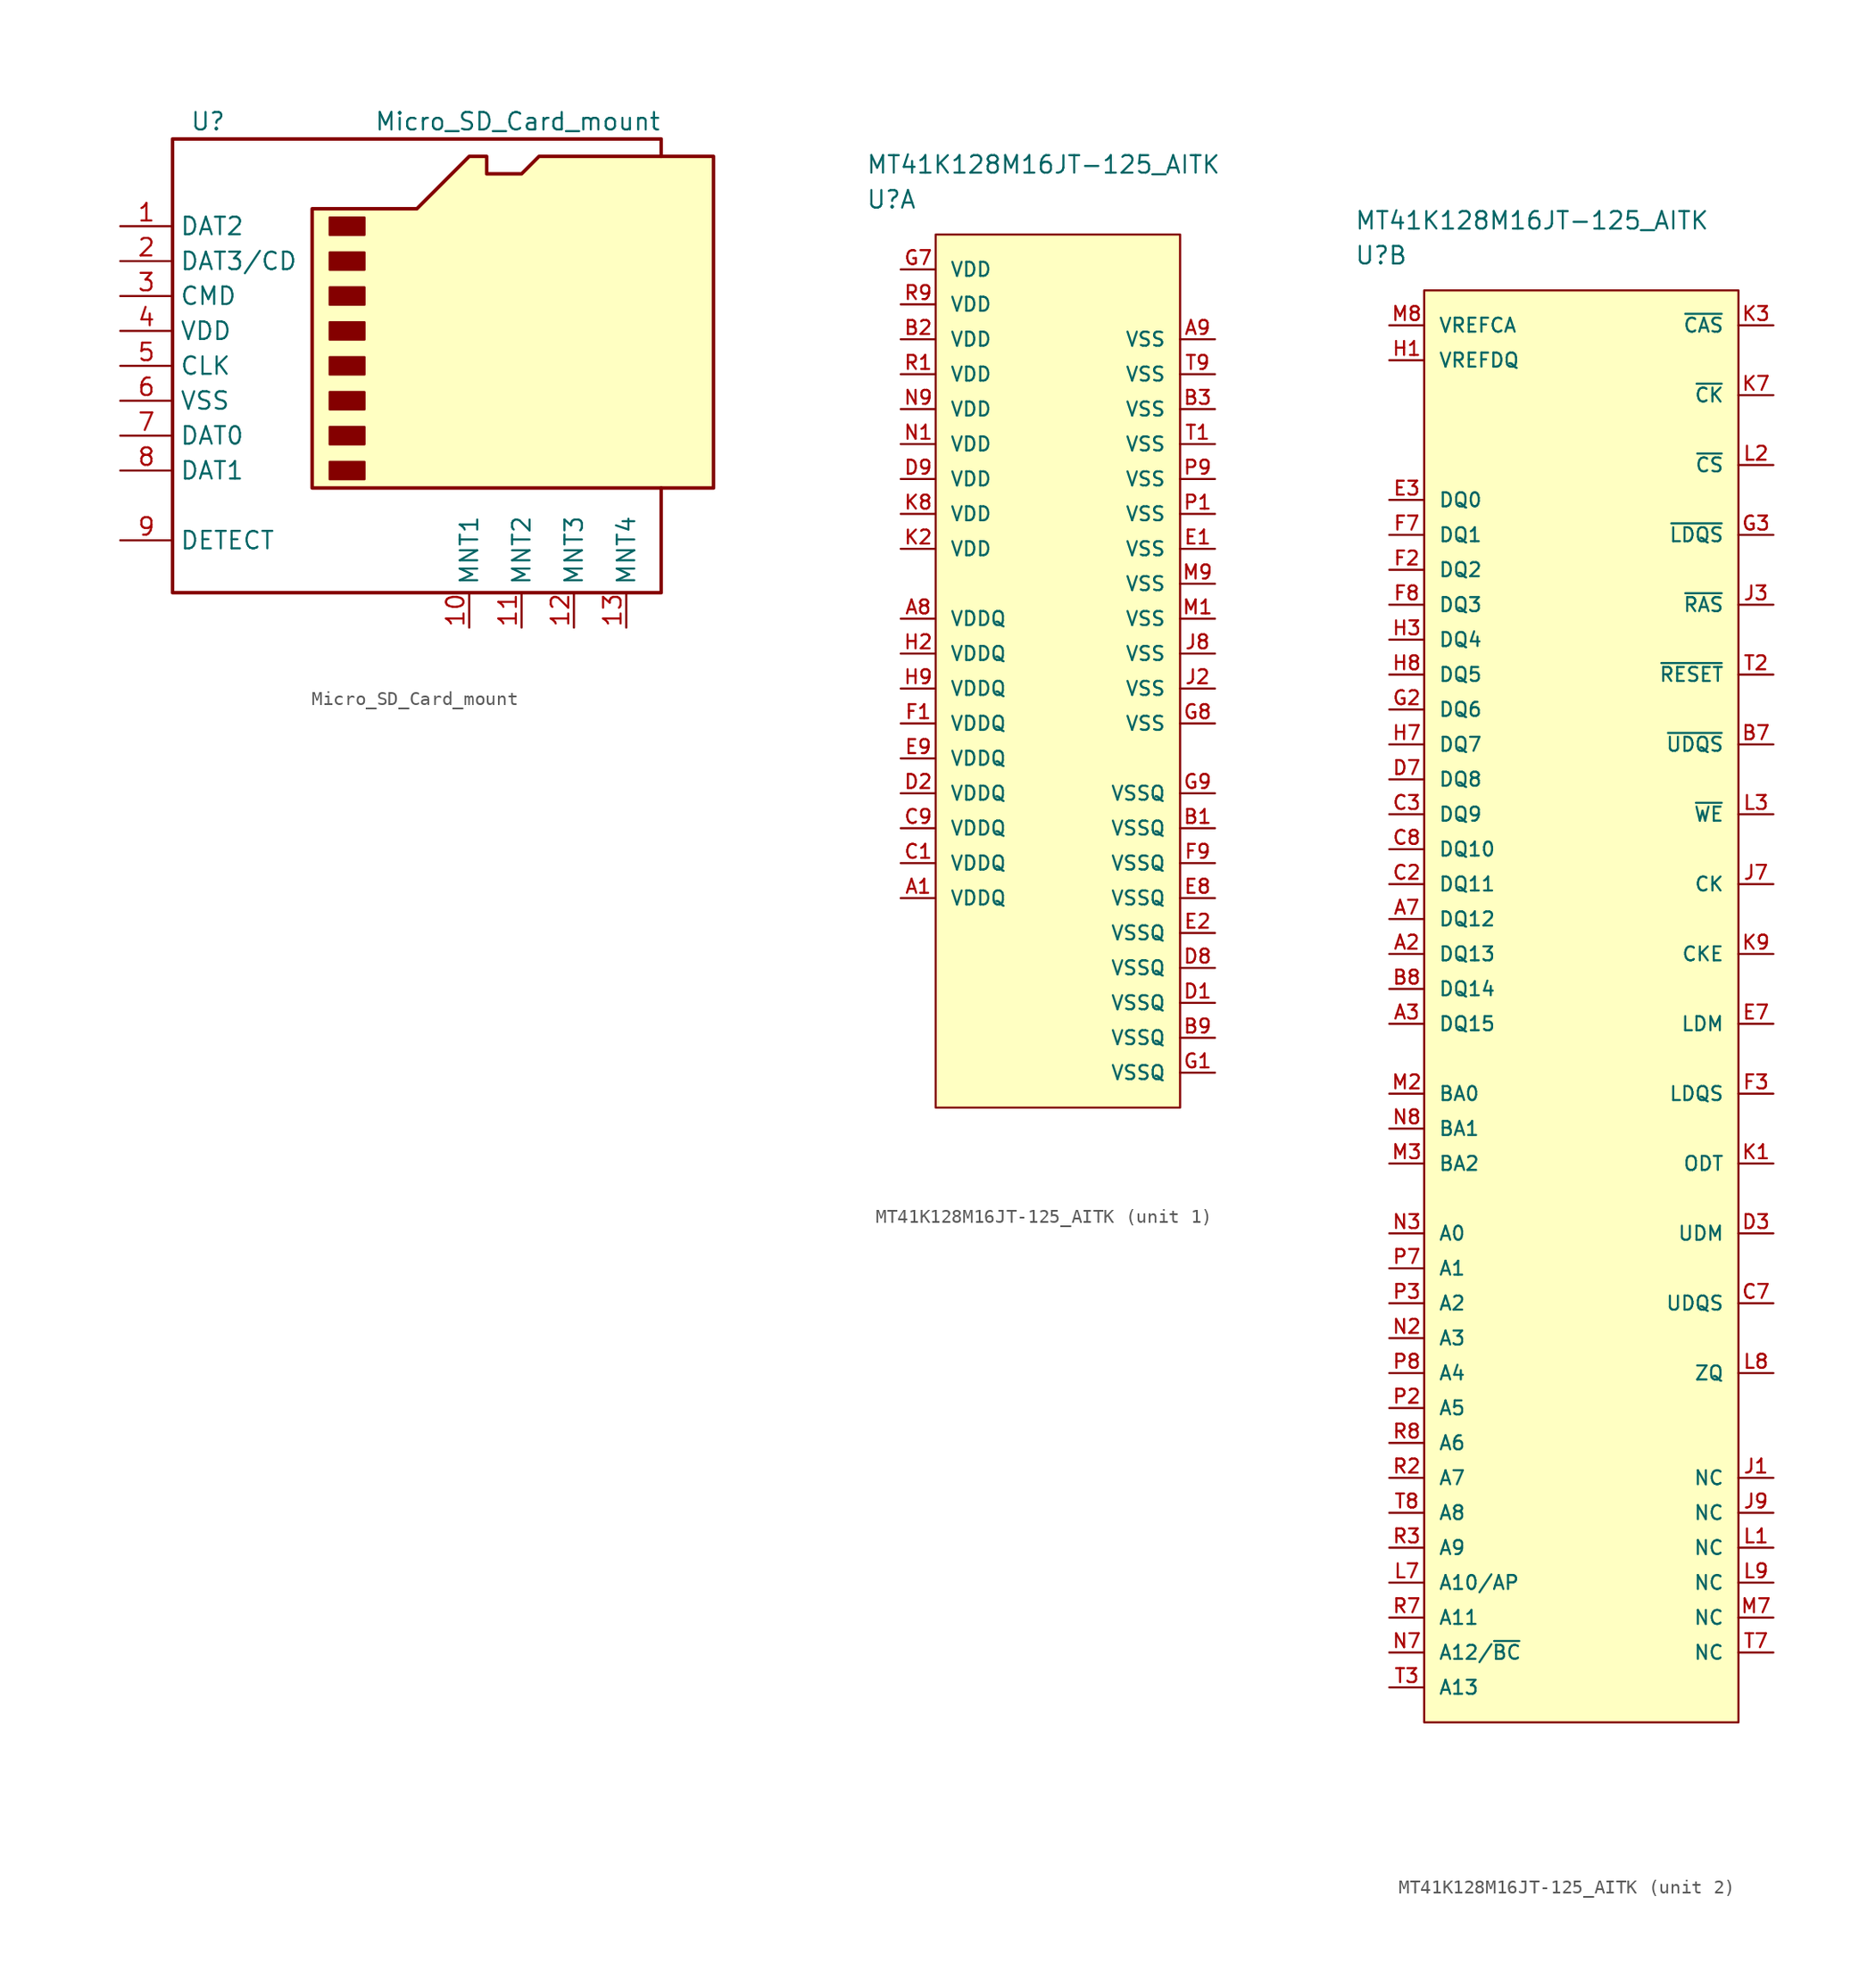
<source format=kicad_sym>
(kicad_symbol_lib
  (version 20201005)
  (generator kicad_symbol_editor)
  (symbol "ebaz4205:Micro_SD_Card_mount"
    (property "Reference" "U"
      (at -19.05 15.24 0)
      (effects (font (size 1.27 1.27)) (justify left)))
    (property "Value" "Micro_SD_Card_mount"
      (at 15.24 15.24 0)
      (effects (font (size 1.27 1.27)) (justify right)))
    (symbol "Micro_SD_Card_mount_0_1"
      (rectangle (start -8.89 -9.525) (end -6.35 -10.795) (stroke (width 0)) (fill (type outline)))
      (rectangle (start -8.89 -6.985) (end -6.35 -8.255) (stroke (width 0)) (fill (type outline)))
      (rectangle (start -8.89 -4.445) (end -6.35 -5.715) (stroke (width 0)) (fill (type outline)))
      (rectangle (start -8.89 -1.905) (end -6.35 -3.175) (stroke (width 0)) (fill (type outline)))
      (rectangle (start -8.89 0.635) (end -6.35 -0.635) (stroke (width 0)) (fill (type outline)))
      (rectangle (start -8.89 3.175) (end -6.35 1.905) (stroke (width 0)) (fill (type outline)))
      (rectangle (start -8.89 5.715) (end -6.35 4.445) (stroke (width 0)) (fill (type outline)))
      (rectangle (start -8.89 8.255) (end -6.35 6.985) (stroke (width 0)) (fill (type outline)))
      (polyline (pts (xy 15.24 12.7) (xy 15.24 13.97) (xy -20.32 13.97) (xy -20.32 -19.05) (xy 15.24 -19.05) (xy 15.24 -11.43)) (stroke (width 0.254)) (fill (type none)))
      (polyline (pts (xy -10.16 -11.43) (xy -10.16 8.89) (xy -2.54 8.89) (xy 1.27 12.7) (xy 2.54 12.7) (xy 2.54 11.43) (xy 5.08 11.43) (xy 6.35 12.7) (xy 19.05 12.7) (xy 19.05 -11.43) (xy -10.16 -11.43)) (stroke (width 0.254)) (fill (type background))))
    (symbol "Micro_SD_Card_mount_1_1"
      (pin bidirectional line (at -24.13 7.62 0) (length 3.81) (name "DAT2" (effects (font (size 1.27 1.27)))) (number "1" (effects (font (size 1.27 1.27)))))
      (pin bidirectional line (at -24.13 5.08 0) (length 3.81) (name "DAT3/CD" (effects (font (size 1.27 1.27)))) (number "2" (effects (font (size 1.27 1.27)))))
      (pin input line (at -24.13 2.54 0) (length 3.81) (name "CMD" (effects (font (size 1.27 1.27)))) (number "3" (effects (font (size 1.27 1.27)))))
      (pin power_in line (at -24.13 0 0) (length 3.81) (name "VDD" (effects (font (size 1.27 1.27)))) (number "4" (effects (font (size 1.27 1.27)))))
      (pin input line (at -24.13 -2.54 0) (length 3.81) (name "CLK" (effects (font (size 1.27 1.27)))) (number "5" (effects (font (size 1.27 1.27)))))
      (pin power_in line (at -24.13 -5.08 0) (length 3.81) (name "VSS" (effects (font (size 1.27 1.27)))) (number "6" (effects (font (size 1.27 1.27)))))
      (pin bidirectional line (at -24.13 -7.62 0) (length 3.81) (name "DAT0" (effects (font (size 1.27 1.27)))) (number "7" (effects (font (size 1.27 1.27)))))
      (pin bidirectional line (at -24.13 -10.16 0) (length 3.81) (name "DAT1" (effects (font (size 1.27 1.27)))) (number "8" (effects (font (size 1.27 1.27)))))
      (pin unspecified line (at 1.27 -21.59 90) (length 2.54) (name "MNT1" (effects (font (size 1.27 1.27)))) (number "10" (effects (font (size 1.27 1.27)))))
      (pin unspecified line (at 5.08 -21.59 90) (length 2.54) (name "MNT2" (effects (font (size 1.27 1.27)))) (number "11" (effects (font (size 1.27 1.27)))))
      (pin unspecified line (at 8.89 -21.59 90) (length 2.54) (name "MNT3" (effects (font (size 1.27 1.27)))) (number "12" (effects (font (size 1.27 1.27)))))
      (pin unspecified line (at 12.7 -21.59 90) (length 2.54) (name "MNT4" (effects (font (size 1.27 1.27)))) (number "13" (effects (font (size 1.27 1.27)))))
      (pin bidirectional line (at -24.13 -15.24 0) (length 3.81) (name "DETECT" (effects (font (size 1.27 1.27)))) (number "9" (effects (font (size 1.27 1.27)))))))
  (symbol "ebaz4205:MT41K128M16JT-125_AITK"
    (pin_names
      (offset 1.016))
    (property "Reference" "U"
      (at 0 5.08 0)
      (effects (font (size 1.27 1.27)) (justify left)))
    (property "Value" "MT41K128M16JT-125_AITK"
      (at 0 7.62 0)
      (effects (font (size 1.27 1.27)) (justify left)))
    (property "ki_locked" ""
      (at 0 0 0)
      (effects (font (size 1.27 1.27))))
    (symbol "MT41K128M16JT-125_AITK_1_1"
      (rectangle (start 5.08 2.54) (end 22.86 -60.96) (stroke (width 0)) (fill (type background)))
      (pin power_in line (at 2.54 0 0) (length 2.54) (name "VDD" (effects (font (size 1.016 1.016)))) (number "G7" (effects (font (size 1.016 1.016)))))
      (pin power_in line (at 2.54 -2.54 0) (length 2.54) (name "VDD" (effects (font (size 1.016 1.016)))) (number "R9" (effects (font (size 1.016 1.016)))))
      (pin power_in line (at 2.54 -5.08 0) (length 2.54) (name "VDD" (effects (font (size 1.016 1.016)))) (number "B2" (effects (font (size 1.016 1.016)))))
      (pin power_in line (at 2.54 -7.62 0) (length 2.54) (name "VDD" (effects (font (size 1.016 1.016)))) (number "R1" (effects (font (size 1.016 1.016)))))
      (pin power_in line (at 2.54 -10.16 0) (length 2.54) (name "VDD" (effects (font (size 1.016 1.016)))) (number "N9" (effects (font (size 1.016 1.016)))))
      (pin power_in line (at 2.54 -12.7 0) (length 2.54) (name "VDD" (effects (font (size 1.016 1.016)))) (number "N1" (effects (font (size 1.016 1.016)))))
      (pin power_in line (at 2.54 -15.24 0) (length 2.54) (name "VDD" (effects (font (size 1.016 1.016)))) (number "D9" (effects (font (size 1.016 1.016)))))
      (pin power_in line (at 2.54 -17.78 0) (length 2.54) (name "VDD" (effects (font (size 1.016 1.016)))) (number "K8" (effects (font (size 1.016 1.016)))))
      (pin power_in line (at 2.54 -20.32 0) (length 2.54) (name "VDD" (effects (font (size 1.016 1.016)))) (number "K2" (effects (font (size 1.016 1.016)))))
      (pin power_in line (at 2.54 -25.4 0) (length 2.54) (name "VDDQ" (effects (font (size 1.016 1.016)))) (number "A8" (effects (font (size 1.016 1.016)))))
      (pin power_in line (at 2.54 -27.94 0) (length 2.54) (name "VDDQ" (effects (font (size 1.016 1.016)))) (number "H2" (effects (font (size 1.016 1.016)))))
      (pin power_in line (at 2.54 -30.48 0) (length 2.54) (name "VDDQ" (effects (font (size 1.016 1.016)))) (number "H9" (effects (font (size 1.016 1.016)))))
      (pin power_in line (at 2.54 -33.02 0) (length 2.54) (name "VDDQ" (effects (font (size 1.016 1.016)))) (number "F1" (effects (font (size 1.016 1.016)))))
      (pin power_in line (at 2.54 -35.56 0) (length 2.54) (name "VDDQ" (effects (font (size 1.016 1.016)))) (number "E9" (effects (font (size 1.016 1.016)))))
      (pin power_in line (at 2.54 -38.1 0) (length 2.54) (name "VDDQ" (effects (font (size 1.016 1.016)))) (number "D2" (effects (font (size 1.016 1.016)))))
      (pin power_in line (at 2.54 -40.64 0) (length 2.54) (name "VDDQ" (effects (font (size 1.016 1.016)))) (number "C9" (effects (font (size 1.016 1.016)))))
      (pin power_in line (at 2.54 -43.18 0) (length 2.54) (name "VDDQ" (effects (font (size 1.016 1.016)))) (number "C1" (effects (font (size 1.016 1.016)))))
      (pin power_in line (at 2.54 -45.72 0) (length 2.54) (name "VDDQ" (effects (font (size 1.016 1.016)))) (number "A1" (effects (font (size 1.016 1.016)))))
      (pin power_in line (at 25.4 -5.08 180) (length 2.54) (name "VSS" (effects (font (size 1.016 1.016)))) (number "A9" (effects (font (size 1.016 1.016)))))
      (pin power_in line (at 25.4 -7.62 180) (length 2.54) (name "VSS" (effects (font (size 1.016 1.016)))) (number "T9" (effects (font (size 1.016 1.016)))))
      (pin power_in line (at 25.4 -10.16 180) (length 2.54) (name "VSS" (effects (font (size 1.016 1.016)))) (number "B3" (effects (font (size 1.016 1.016)))))
      (pin power_in line (at 25.4 -12.7 180) (length 2.54) (name "VSS" (effects (font (size 1.016 1.016)))) (number "T1" (effects (font (size 1.016 1.016)))))
      (pin power_in line (at 25.4 -15.24 180) (length 2.54) (name "VSS" (effects (font (size 1.016 1.016)))) (number "P9" (effects (font (size 1.016 1.016)))))
      (pin power_in line (at 25.4 -17.78 180) (length 2.54) (name "VSS" (effects (font (size 1.016 1.016)))) (number "P1" (effects (font (size 1.016 1.016)))))
      (pin power_in line (at 25.4 -20.32 180) (length 2.54) (name "VSS" (effects (font (size 1.016 1.016)))) (number "E1" (effects (font (size 1.016 1.016)))))
      (pin power_in line (at 25.4 -22.86 180) (length 2.54) (name "VSS" (effects (font (size 1.016 1.016)))) (number "M9" (effects (font (size 1.016 1.016)))))
      (pin power_in line (at 25.4 -25.4 180) (length 2.54) (name "VSS" (effects (font (size 1.016 1.016)))) (number "M1" (effects (font (size 1.016 1.016)))))
      (pin power_in line (at 25.4 -27.94 180) (length 2.54) (name "VSS" (effects (font (size 1.016 1.016)))) (number "J8" (effects (font (size 1.016 1.016)))))
      (pin power_in line (at 25.4 -30.48 180) (length 2.54) (name "VSS" (effects (font (size 1.016 1.016)))) (number "J2" (effects (font (size 1.016 1.016)))))
      (pin power_in line (at 25.4 -33.02 180) (length 2.54) (name "VSS" (effects (font (size 1.016 1.016)))) (number "G8" (effects (font (size 1.016 1.016)))))
      (pin power_in line (at 25.4 -38.1 180) (length 2.54) (name "VSSQ" (effects (font (size 1.016 1.016)))) (number "G9" (effects (font (size 1.016 1.016)))))
      (pin power_in line (at 25.4 -40.64 180) (length 2.54) (name "VSSQ" (effects (font (size 1.016 1.016)))) (number "B1" (effects (font (size 1.016 1.016)))))
      (pin power_in line (at 25.4 -43.18 180) (length 2.54) (name "VSSQ" (effects (font (size 1.016 1.016)))) (number "F9" (effects (font (size 1.016 1.016)))))
      (pin power_in line (at 25.4 -45.72 180) (length 2.54) (name "VSSQ" (effects (font (size 1.016 1.016)))) (number "E8" (effects (font (size 1.016 1.016)))))
      (pin power_in line (at 25.4 -48.26 180) (length 2.54) (name "VSSQ" (effects (font (size 1.016 1.016)))) (number "E2" (effects (font (size 1.016 1.016)))))
      (pin power_in line (at 25.4 -50.8 180) (length 2.54) (name "VSSQ" (effects (font (size 1.016 1.016)))) (number "D8" (effects (font (size 1.016 1.016)))))
      (pin power_in line (at 25.4 -53.34 180) (length 2.54) (name "VSSQ" (effects (font (size 1.016 1.016)))) (number "D1" (effects (font (size 1.016 1.016)))))
      (pin power_in line (at 25.4 -55.88 180) (length 2.54) (name "VSSQ" (effects (font (size 1.016 1.016)))) (number "B9" (effects (font (size 1.016 1.016)))))
      (pin power_in line (at 25.4 -58.42 180) (length 2.54) (name "VSSQ" (effects (font (size 1.016 1.016)))) (number "G1" (effects (font (size 1.016 1.016))))))
    (symbol "MT41K128M16JT-125_AITK_2_1"
      (rectangle (start 5.08 2.54) (end 27.94 -101.6) (stroke (width 0)) (fill (type background)))
      (pin bidirectional line (at 2.54 -12.7 0) (length 2.54) (name "DQ0" (effects (font (size 1.016 1.016)))) (number "E3" (effects (font (size 1.016 1.016)))))
      (pin bidirectional line (at 2.54 -15.24 0) (length 2.54) (name "DQ1" (effects (font (size 1.016 1.016)))) (number "F7" (effects (font (size 1.016 1.016)))))
      (pin bidirectional line (at 2.54 -17.78 0) (length 2.54) (name "DQ2" (effects (font (size 1.016 1.016)))) (number "F2" (effects (font (size 1.016 1.016)))))
      (pin bidirectional line (at 2.54 -20.32 0) (length 2.54) (name "DQ3" (effects (font (size 1.016 1.016)))) (number "F8" (effects (font (size 1.016 1.016)))))
      (pin bidirectional line (at 2.54 -22.86 0) (length 2.54) (name "DQ4" (effects (font (size 1.016 1.016)))) (number "H3" (effects (font (size 1.016 1.016)))))
      (pin bidirectional line (at 2.54 -25.4 0) (length 2.54) (name "DQ5" (effects (font (size 1.016 1.016)))) (number "H8" (effects (font (size 1.016 1.016)))))
      (pin bidirectional line (at 2.54 -27.94 0) (length 2.54) (name "DQ6" (effects (font (size 1.016 1.016)))) (number "G2" (effects (font (size 1.016 1.016)))))
      (pin bidirectional line (at 2.54 -30.48 0) (length 2.54) (name "DQ7" (effects (font (size 1.016 1.016)))) (number "H7" (effects (font (size 1.016 1.016)))))
      (pin bidirectional line (at 2.54 -33.02 0) (length 2.54) (name "DQ8" (effects (font (size 1.016 1.016)))) (number "D7" (effects (font (size 1.016 1.016)))))
      (pin bidirectional line (at 2.54 -35.56 0) (length 2.54) (name "DQ9" (effects (font (size 1.016 1.016)))) (number "C3" (effects (font (size 1.016 1.016)))))
      (pin bidirectional line (at 2.54 -38.1 0) (length 2.54) (name "DQ10" (effects (font (size 1.016 1.016)))) (number "C8" (effects (font (size 1.016 1.016)))))
      (pin bidirectional line (at 2.54 -40.64 0) (length 2.54) (name "DQ11" (effects (font (size 1.016 1.016)))) (number "C2" (effects (font (size 1.016 1.016)))))
      (pin bidirectional line (at 2.54 -43.18 0) (length 2.54) (name "DQ12" (effects (font (size 1.016 1.016)))) (number "A7" (effects (font (size 1.016 1.016)))))
      (pin bidirectional line (at 2.54 -45.72 0) (length 2.54) (name "DQ13" (effects (font (size 1.016 1.016)))) (number "A2" (effects (font (size 1.016 1.016)))))
      (pin bidirectional line (at 2.54 -48.26 0) (length 2.54) (name "DQ14" (effects (font (size 1.016 1.016)))) (number "B8" (effects (font (size 1.016 1.016)))))
      (pin bidirectional line (at 2.54 -50.8 0) (length 2.54) (name "DQ15" (effects (font (size 1.016 1.016)))) (number "A3" (effects (font (size 1.016 1.016)))))
      (pin bidirectional line (at 2.54 -55.88 0) (length 2.54) (name "BA0" (effects (font (size 1.016 1.016)))) (number "M2" (effects (font (size 1.016 1.016)))))
      (pin bidirectional line (at 2.54 -58.42 0) (length 2.54) (name "BA1" (effects (font (size 1.016 1.016)))) (number "N8" (effects (font (size 1.016 1.016)))))
      (pin bidirectional line (at 2.54 -60.96 0) (length 2.54) (name "BA2" (effects (font (size 1.016 1.016)))) (number "M3" (effects (font (size 1.016 1.016)))))
      (pin input line (at 30.48 0 180) (length 2.54) (name "~CAS~" (effects (font (size 1.016 1.016)))) (number "K3" (effects (font (size 1.016 1.016)))))
      (pin input line (at 30.48 -5.08 180) (length 2.54) (name "~CK~" (effects (font (size 1.016 1.016)))) (number "K7" (effects (font (size 1.016 1.016)))))
      (pin input line (at 30.48 -10.16 180) (length 2.54) (name "~CS~" (effects (font (size 1.016 1.016)))) (number "L2" (effects (font (size 1.016 1.016)))))
      (pin bidirectional line (at 30.48 -15.24 180) (length 2.54) (name "~LDQS~" (effects (font (size 1.016 1.016)))) (number "G3" (effects (font (size 1.016 1.016)))))
      (pin input line (at 30.48 -20.32 180) (length 2.54) (name "~RAS~" (effects (font (size 1.016 1.016)))) (number "J3" (effects (font (size 1.016 1.016)))))
      (pin input line (at 30.48 -25.4 180) (length 2.54) (name "~RESET~" (effects (font (size 1.016 1.016)))) (number "T2" (effects (font (size 1.016 1.016)))))
      (pin bidirectional line (at 30.48 -30.48 180) (length 2.54) (name "~UDQS~" (effects (font (size 1.016 1.016)))) (number "B7" (effects (font (size 1.016 1.016)))))
      (pin input line (at 30.48 -35.56 180) (length 2.54) (name "~WE~" (effects (font (size 1.016 1.016)))) (number "L3" (effects (font (size 1.016 1.016)))))
      (pin input line (at 2.54 -66.04 0) (length 2.54) (name "A0" (effects (font (size 1.016 1.016)))) (number "N3" (effects (font (size 1.016 1.016)))))
      (pin input line (at 2.54 -68.58 0) (length 2.54) (name "A1" (effects (font (size 1.016 1.016)))) (number "P7" (effects (font (size 1.016 1.016)))))
      (pin input line (at 2.54 -71.12 0) (length 2.54) (name "A2" (effects (font (size 1.016 1.016)))) (number "P3" (effects (font (size 1.016 1.016)))))
      (pin input line (at 2.54 -73.66 0) (length 2.54) (name "A3" (effects (font (size 1.016 1.016)))) (number "N2" (effects (font (size 1.016 1.016)))))
      (pin input line (at 2.54 -76.2 0) (length 2.54) (name "A4" (effects (font (size 1.016 1.016)))) (number "P8" (effects (font (size 1.016 1.016)))))
      (pin input line (at 2.54 -78.74 0) (length 2.54) (name "A5" (effects (font (size 1.016 1.016)))) (number "P2" (effects (font (size 1.016 1.016)))))
      (pin input line (at 2.54 -81.28 0) (length 2.54) (name "A6" (effects (font (size 1.016 1.016)))) (number "R8" (effects (font (size 1.016 1.016)))))
      (pin input line (at 2.54 -83.82 0) (length 2.54) (name "A7" (effects (font (size 1.016 1.016)))) (number "R2" (effects (font (size 1.016 1.016)))))
      (pin input line (at 2.54 -86.36 0) (length 2.54) (name "A8" (effects (font (size 1.016 1.016)))) (number "T8" (effects (font (size 1.016 1.016)))))
      (pin input line (at 2.54 -88.9 0) (length 2.54) (name "A9" (effects (font (size 1.016 1.016)))) (number "R3" (effects (font (size 1.016 1.016)))))
      (pin input line (at 2.54 -91.44 0) (length 2.54) (name "A10/AP" (effects (font (size 1.016 1.016)))) (number "L7" (effects (font (size 1.016 1.016)))))
      (pin input line (at 2.54 -93.98 0) (length 2.54) (name "A11" (effects (font (size 1.016 1.016)))) (number "R7" (effects (font (size 1.016 1.016)))))
      (pin input line (at 2.54 -96.52 0) (length 2.54) (name "A12/~BC~" (effects (font (size 1.016 1.016)))) (number "N7" (effects (font (size 1.016 1.016)))))
      (pin input line (at 2.54 -99.06 0) (length 2.54) (name "A13" (effects (font (size 1.016 1.016)))) (number "T3" (effects (font (size 1.016 1.016)))))
      (pin input line (at 30.48 -40.64 180) (length 2.54) (name "CK" (effects (font (size 1.016 1.016)))) (number "J7" (effects (font (size 1.016 1.016)))))
      (pin input line (at 30.48 -45.72 180) (length 2.54) (name "CKE" (effects (font (size 1.016 1.016)))) (number "K9" (effects (font (size 1.016 1.016)))))
      (pin input line (at 30.48 -50.8 180) (length 2.54) (name "LDM" (effects (font (size 1.016 1.016)))) (number "E7" (effects (font (size 1.016 1.016)))))
      (pin bidirectional line (at 30.48 -55.88 180) (length 2.54) (name "LDQS" (effects (font (size 1.016 1.016)))) (number "F3" (effects (font (size 1.016 1.016)))))
      (pin input line (at 30.48 -60.96 180) (length 2.54) (name "ODT" (effects (font (size 1.016 1.016)))) (number "K1" (effects (font (size 1.016 1.016)))))
      (pin input line (at 30.48 -66.04 180) (length 2.54) (name "UDM" (effects (font (size 1.016 1.016)))) (number "D3" (effects (font (size 1.016 1.016)))))
      (pin bidirectional line (at 30.48 -71.12 180) (length 2.54) (name "UDQS" (effects (font (size 1.016 1.016)))) (number "C7" (effects (font (size 1.016 1.016)))))
      (pin power_in line (at 2.54 0 0) (length 2.54) (name "VREFCA" (effects (font (size 1.016 1.016)))) (number "M8" (effects (font (size 1.016 1.016)))))
      (pin power_in line (at 2.54 -2.54 0) (length 2.54) (name "VREFDQ" (effects (font (size 1.016 1.016)))) (number "H1" (effects (font (size 1.016 1.016)))))
      (pin passive line (at 30.48 -76.2 180) (length 2.54) (name "ZQ" (effects (font (size 1.016 1.016)))) (number "L8" (effects (font (size 1.016 1.016)))))
      (pin passive line (at 30.48 -83.82 180) (length 2.54) (name "NC" (effects (font (size 1.016 1.016)))) (number "J1" (effects (font (size 1.016 1.016)))))
      (pin passive line (at 30.48 -86.36 180) (length 2.54) (name "NC" (effects (font (size 1.016 1.016)))) (number "J9" (effects (font (size 1.016 1.016)))))
      (pin passive line (at 30.48 -88.9 180) (length 2.54) (name "NC" (effects (font (size 1.016 1.016)))) (number "L1" (effects (font (size 1.016 1.016)))))
      (pin passive line (at 30.48 -91.44 180) (length 2.54) (name "NC" (effects (font (size 1.016 1.016)))) (number "L9" (effects (font (size 1.016 1.016)))))
      (pin passive line (at 30.48 -93.98 180) (length 2.54) (name "NC" (effects (font (size 1.016 1.016)))) (number "M7" (effects (font (size 1.016 1.016)))))
      (pin passive line (at 30.48 -96.52 180) (length 2.54) (name "NC" (effects (font (size 1.016 1.016)))) (number "T7" (effects (font (size 1.016 1.016))))))))
</source>
